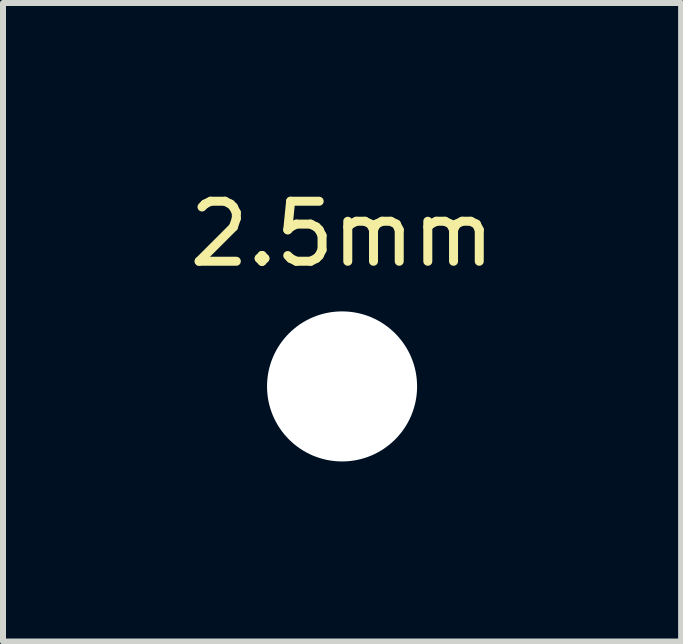
<source format=kicad_pcb>
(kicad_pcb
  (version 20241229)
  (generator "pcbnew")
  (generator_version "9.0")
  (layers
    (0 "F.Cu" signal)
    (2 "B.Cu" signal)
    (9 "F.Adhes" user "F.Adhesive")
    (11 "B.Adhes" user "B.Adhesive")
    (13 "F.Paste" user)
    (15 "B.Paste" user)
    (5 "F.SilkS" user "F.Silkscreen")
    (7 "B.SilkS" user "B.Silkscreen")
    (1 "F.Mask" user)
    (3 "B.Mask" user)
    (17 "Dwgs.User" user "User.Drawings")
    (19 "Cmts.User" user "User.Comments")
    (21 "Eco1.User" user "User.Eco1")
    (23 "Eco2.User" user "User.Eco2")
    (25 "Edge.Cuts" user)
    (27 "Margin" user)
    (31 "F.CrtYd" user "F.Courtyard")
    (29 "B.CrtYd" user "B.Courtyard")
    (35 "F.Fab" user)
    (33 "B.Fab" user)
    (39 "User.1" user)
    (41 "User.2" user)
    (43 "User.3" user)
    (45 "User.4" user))
  (footprint "2.5mm"
    (layer "F.Cu")
    (at 2.649 3.388)
    (property "Reference" "2.5mm" (at 0 -2.54 0) (layer "F.SilkS") (effects (font (size 1 1) (thickness 0.15))))
    (attr through_hole)
    (pad "" np_thru_hole circle (at 0 0) (size 2.5 2.5) (drill 2.5) (layers "*.Cu" "*.Mask")))
  (gr_rect
    (start -3 -3)
    (end 8.298 7.638)
    (stroke (width 0.1) (type default))
    (fill no)
    (layer "Edge.Cuts")))
</source>
